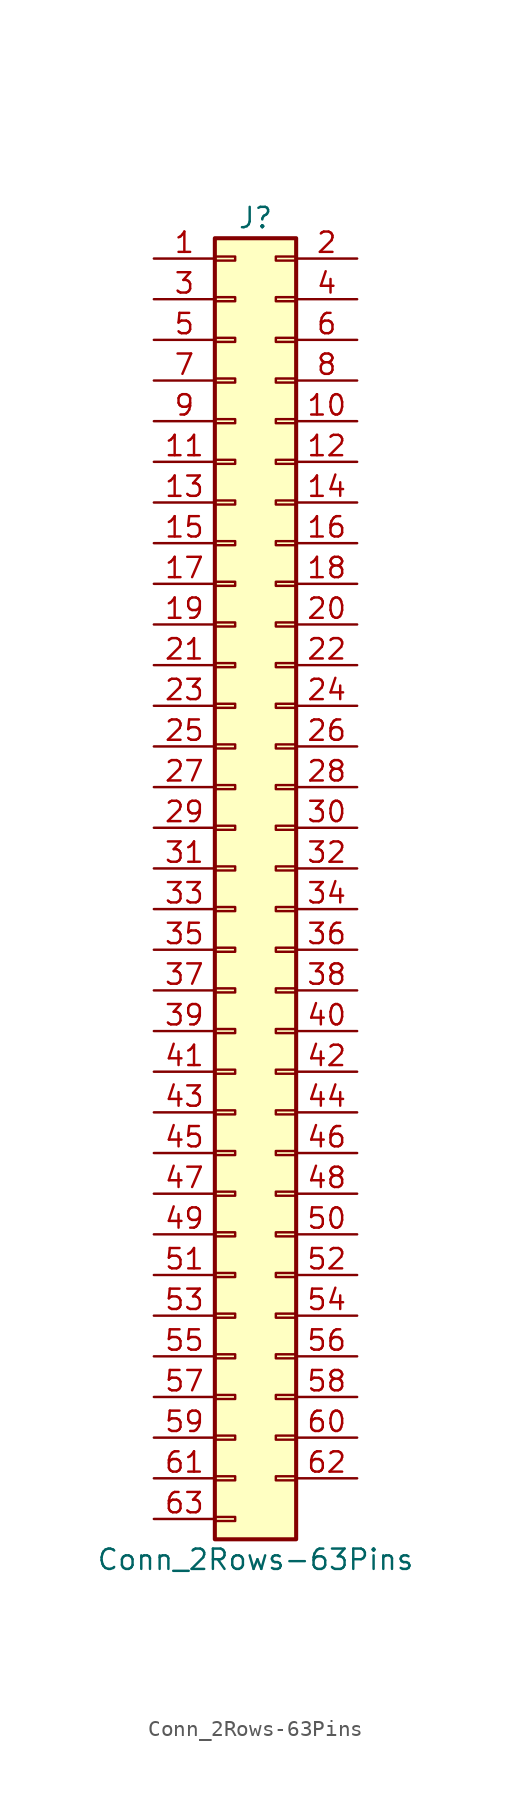
<source format=kicad_sym>
(kicad_symbol_lib
  (version 20201005)
  (generator kicad_symbol_editor)
  (symbol "Connector_Generic:Conn_2Rows-63Pins"
    (pin_names
      (offset 1.016) hide)
    (property "Reference" "J"
      (at 1.27 40.64 0)
      (effects (font (size 1.27 1.27))))
    (property "Value" "Conn_2Rows-63Pins"
      (at 1.27 -43.18 0)
      (effects (font (size 1.27 1.27))))
    (symbol "Conn_2Rows-63Pins_1_1"
      (rectangle (start -1.27 -27.813) (end 0 -28.067) (stroke (width 0.152)) (fill (type none)))
      (rectangle (start -1.27 -30.353) (end 0 -30.607) (stroke (width 0.152)) (fill (type none)))
      (rectangle (start -1.27 -32.893) (end 0 -33.147) (stroke (width 0.152)) (fill (type none)))
      (rectangle (start -1.27 -35.433) (end 0 -35.687) (stroke (width 0.152)) (fill (type none)))
      (rectangle (start -1.27 -37.973) (end 0 -38.227) (stroke (width 0.152)) (fill (type none)))
      (rectangle (start -1.27 -40.513) (end 0 -40.767) (stroke (width 0.152)) (fill (type none)))
      (rectangle (start -1.27 -4.953) (end 0 -5.207) (stroke (width 0.152)) (fill (type none)))
      (rectangle (start -1.27 -7.493) (end 0 -7.747) (stroke (width 0.152)) (fill (type none)))
      (rectangle (start -1.27 -10.033) (end 0 -10.287) (stroke (width 0.152)) (fill (type none)))
      (rectangle (start -1.27 -12.573) (end 0 -12.827) (stroke (width 0.152)) (fill (type none)))
      (rectangle (start -1.27 -15.113) (end 0 -15.367) (stroke (width 0.152)) (fill (type none)))
      (rectangle (start -1.27 -17.653) (end 0 -17.907) (stroke (width 0.152)) (fill (type none)))
      (rectangle (start -1.27 -20.193) (end 0 -20.447) (stroke (width 0.152)) (fill (type none)))
      (rectangle (start -1.27 -22.733) (end 0 -22.987) (stroke (width 0.152)) (fill (type none)))
      (rectangle (start -1.27 -2.413) (end 0 -2.667) (stroke (width 0.152)) (fill (type none)))
      (rectangle (start -1.27 -25.273) (end 0 -25.527) (stroke (width 0.152)) (fill (type none)))
      (rectangle (start -1.27 25.527) (end 0 25.273) (stroke (width 0.152)) (fill (type none)))
      (rectangle (start -1.27 2.667) (end 0 2.413) (stroke (width 0.152)) (fill (type none)))
      (rectangle (start -1.27 28.067) (end 0 27.813) (stroke (width 0.152)) (fill (type none)))
      (rectangle (start -1.27 30.607) (end 0 30.353) (stroke (width 0.152)) (fill (type none)))
      (rectangle (start -1.27 33.147) (end 0 32.893) (stroke (width 0.152)) (fill (type none)))
      (rectangle (start -1.27 35.687) (end 0 35.433) (stroke (width 0.152)) (fill (type none)))
      (rectangle (start -1.27 38.227) (end 0 37.973) (stroke (width 0.152)) (fill (type none)))
      (rectangle (start -1.27 39.37) (end 3.81 -41.91) (stroke (width 0.254)) (fill (type background)))
      (rectangle (start -1.27 5.207) (end 0 4.953) (stroke (width 0.152)) (fill (type none)))
      (rectangle (start -1.27 7.747) (end 0 7.493) (stroke (width 0.152)) (fill (type none)))
      (rectangle (start -1.27 10.287) (end 0 10.033) (stroke (width 0.152)) (fill (type none)))
      (rectangle (start -1.27 0.127) (end 0 -0.127) (stroke (width 0.152)) (fill (type none)))
      (rectangle (start -1.27 12.827) (end 0 12.573) (stroke (width 0.152)) (fill (type none)))
      (rectangle (start -1.27 15.367) (end 0 15.113) (stroke (width 0.152)) (fill (type none)))
      (rectangle (start -1.27 17.907) (end 0 17.653) (stroke (width 0.152)) (fill (type none)))
      (rectangle (start -1.27 20.447) (end 0 20.193) (stroke (width 0.152)) (fill (type none)))
      (rectangle (start -1.27 22.987) (end 0 22.733) (stroke (width 0.152)) (fill (type none)))
      (rectangle (start 3.81 -27.813) (end 2.54 -28.067) (stroke (width 0.152)) (fill (type none)))
      (rectangle (start 3.81 -30.353) (end 2.54 -30.607) (stroke (width 0.152)) (fill (type none)))
      (rectangle (start 3.81 -32.893) (end 2.54 -33.147) (stroke (width 0.152)) (fill (type none)))
      (rectangle (start 3.81 -35.433) (end 2.54 -35.687) (stroke (width 0.152)) (fill (type none)))
      (rectangle (start 3.81 -37.973) (end 2.54 -38.227) (stroke (width 0.152)) (fill (type none)))
      (rectangle (start 3.81 -4.953) (end 2.54 -5.207) (stroke (width 0.152)) (fill (type none)))
      (rectangle (start 3.81 -7.493) (end 2.54 -7.747) (stroke (width 0.152)) (fill (type none)))
      (rectangle (start 3.81 -10.033) (end 2.54 -10.287) (stroke (width 0.152)) (fill (type none)))
      (rectangle (start 3.81 -12.573) (end 2.54 -12.827) (stroke (width 0.152)) (fill (type none)))
      (rectangle (start 3.81 -15.113) (end 2.54 -15.367) (stroke (width 0.152)) (fill (type none)))
      (rectangle (start 3.81 -17.653) (end 2.54 -17.907) (stroke (width 0.152)) (fill (type none)))
      (rectangle (start 3.81 -20.193) (end 2.54 -20.447) (stroke (width 0.152)) (fill (type none)))
      (rectangle (start 3.81 -22.733) (end 2.54 -22.987) (stroke (width 0.152)) (fill (type none)))
      (rectangle (start 3.81 -2.413) (end 2.54 -2.667) (stroke (width 0.152)) (fill (type none)))
      (rectangle (start 3.81 -25.273) (end 2.54 -25.527) (stroke (width 0.152)) (fill (type none)))
      (rectangle (start 3.81 25.527) (end 2.54 25.273) (stroke (width 0.152)) (fill (type none)))
      (rectangle (start 3.81 2.667) (end 2.54 2.413) (stroke (width 0.152)) (fill (type none)))
      (rectangle (start 3.81 28.067) (end 2.54 27.813) (stroke (width 0.152)) (fill (type none)))
      (rectangle (start 3.81 30.607) (end 2.54 30.353) (stroke (width 0.152)) (fill (type none)))
      (rectangle (start 3.81 33.147) (end 2.54 32.893) (stroke (width 0.152)) (fill (type none)))
      (rectangle (start 3.81 35.687) (end 2.54 35.433) (stroke (width 0.152)) (fill (type none)))
      (rectangle (start 3.81 38.227) (end 2.54 37.973) (stroke (width 0.152)) (fill (type none)))
      (rectangle (start 3.81 5.207) (end 2.54 4.953) (stroke (width 0.152)) (fill (type none)))
      (rectangle (start 3.81 7.747) (end 2.54 7.493) (stroke (width 0.152)) (fill (type none)))
      (rectangle (start 3.81 10.287) (end 2.54 10.033) (stroke (width 0.152)) (fill (type none)))
      (rectangle (start 3.81 0.127) (end 2.54 -0.127) (stroke (width 0.152)) (fill (type none)))
      (rectangle (start 3.81 12.827) (end 2.54 12.573) (stroke (width 0.152)) (fill (type none)))
      (rectangle (start 3.81 15.367) (end 2.54 15.113) (stroke (width 0.152)) (fill (type none)))
      (rectangle (start 3.81 17.907) (end 2.54 17.653) (stroke (width 0.152)) (fill (type none)))
      (rectangle (start 3.81 20.447) (end 2.54 20.193) (stroke (width 0.152)) (fill (type none)))
      (rectangle (start 3.81 22.987) (end 2.54 22.733) (stroke (width 0.152)) (fill (type none)))
      (pin passive line (at -5.08 38.1 0) (length 3.81) (name "Pin_1" (effects (font (size 1.27 1.27)))) (number "1" (effects (font (size 1.27 1.27)))))
      (pin passive line (at 7.62 27.94 180) (length 3.81) (name "Pin_10" (effects (font (size 1.27 1.27)))) (number "10" (effects (font (size 1.27 1.27)))))
      (pin passive line (at -5.08 25.4 0) (length 3.81) (name "Pin_11" (effects (font (size 1.27 1.27)))) (number "11" (effects (font (size 1.27 1.27)))))
      (pin passive line (at 7.62 25.4 180) (length 3.81) (name "Pin_12" (effects (font (size 1.27 1.27)))) (number "12" (effects (font (size 1.27 1.27)))))
      (pin passive line (at -5.08 22.86 0) (length 3.81) (name "Pin_13" (effects (font (size 1.27 1.27)))) (number "13" (effects (font (size 1.27 1.27)))))
      (pin passive line (at 7.62 22.86 180) (length 3.81) (name "Pin_14" (effects (font (size 1.27 1.27)))) (number "14" (effects (font (size 1.27 1.27)))))
      (pin passive line (at -5.08 20.32 0) (length 3.81) (name "Pin_15" (effects (font (size 1.27 1.27)))) (number "15" (effects (font (size 1.27 1.27)))))
      (pin passive line (at 7.62 20.32 180) (length 3.81) (name "Pin_16" (effects (font (size 1.27 1.27)))) (number "16" (effects (font (size 1.27 1.27)))))
      (pin passive line (at -5.08 17.78 0) (length 3.81) (name "Pin_17" (effects (font (size 1.27 1.27)))) (number "17" (effects (font (size 1.27 1.27)))))
      (pin passive line (at 7.62 17.78 180) (length 3.81) (name "Pin_18" (effects (font (size 1.27 1.27)))) (number "18" (effects (font (size 1.27 1.27)))))
      (pin passive line (at -5.08 15.24 0) (length 3.81) (name "Pin_19" (effects (font (size 1.27 1.27)))) (number "19" (effects (font (size 1.27 1.27)))))
      (pin passive line (at 7.62 38.1 180) (length 3.81) (name "Pin_2" (effects (font (size 1.27 1.27)))) (number "2" (effects (font (size 1.27 1.27)))))
      (pin passive line (at 7.62 15.24 180) (length 3.81) (name "Pin_20" (effects (font (size 1.27 1.27)))) (number "20" (effects (font (size 1.27 1.27)))))
      (pin passive line (at -5.08 12.7 0) (length 3.81) (name "Pin_21" (effects (font (size 1.27 1.27)))) (number "21" (effects (font (size 1.27 1.27)))))
      (pin passive line (at 7.62 12.7 180) (length 3.81) (name "Pin_22" (effects (font (size 1.27 1.27)))) (number "22" (effects (font (size 1.27 1.27)))))
      (pin passive line (at -5.08 10.16 0) (length 3.81) (name "Pin_23" (effects (font (size 1.27 1.27)))) (number "23" (effects (font (size 1.27 1.27)))))
      (pin passive line (at 7.62 10.16 180) (length 3.81) (name "Pin_24" (effects (font (size 1.27 1.27)))) (number "24" (effects (font (size 1.27 1.27)))))
      (pin passive line (at -5.08 7.62 0) (length 3.81) (name "Pin_25" (effects (font (size 1.27 1.27)))) (number "25" (effects (font (size 1.27 1.27)))))
      (pin passive line (at 7.62 7.62 180) (length 3.81) (name "Pin_26" (effects (font (size 1.27 1.27)))) (number "26" (effects (font (size 1.27 1.27)))))
      (pin passive line (at -5.08 5.08 0) (length 3.81) (name "Pin_27" (effects (font (size 1.27 1.27)))) (number "27" (effects (font (size 1.27 1.27)))))
      (pin passive line (at 7.62 5.08 180) (length 3.81) (name "Pin_28" (effects (font (size 1.27 1.27)))) (number "28" (effects (font (size 1.27 1.27)))))
      (pin passive line (at -5.08 2.54 0) (length 3.81) (name "Pin_29" (effects (font (size 1.27 1.27)))) (number "29" (effects (font (size 1.27 1.27)))))
      (pin passive line (at -5.08 35.56 0) (length 3.81) (name "Pin_3" (effects (font (size 1.27 1.27)))) (number "3" (effects (font (size 1.27 1.27)))))
      (pin passive line (at 7.62 2.54 180) (length 3.81) (name "Pin_30" (effects (font (size 1.27 1.27)))) (number "30" (effects (font (size 1.27 1.27)))))
      (pin passive line (at -5.08 0 0) (length 3.81) (name "Pin_31" (effects (font (size 1.27 1.27)))) (number "31" (effects (font (size 1.27 1.27)))))
      (pin passive line (at 7.62 0 180) (length 3.81) (name "Pin_32" (effects (font (size 1.27 1.27)))) (number "32" (effects (font (size 1.27 1.27)))))
      (pin passive line (at -5.08 -2.54 0) (length 3.81) (name "Pin_33" (effects (font (size 1.27 1.27)))) (number "33" (effects (font (size 1.27 1.27)))))
      (pin passive line (at 7.62 -2.54 180) (length 3.81) (name "Pin_34" (effects (font (size 1.27 1.27)))) (number "34" (effects (font (size 1.27 1.27)))))
      (pin passive line (at -5.08 -5.08 0) (length 3.81) (name "Pin_35" (effects (font (size 1.27 1.27)))) (number "35" (effects (font (size 1.27 1.27)))))
      (pin passive line (at 7.62 -5.08 180) (length 3.81) (name "Pin_36" (effects (font (size 1.27 1.27)))) (number "36" (effects (font (size 1.27 1.27)))))
      (pin passive line (at -5.08 -7.62 0) (length 3.81) (name "Pin_37" (effects (font (size 1.27 1.27)))) (number "37" (effects (font (size 1.27 1.27)))))
      (pin passive line (at 7.62 -7.62 180) (length 3.81) (name "Pin_38" (effects (font (size 1.27 1.27)))) (number "38" (effects (font (size 1.27 1.27)))))
      (pin passive line (at -5.08 -10.16 0) (length 3.81) (name "Pin_39" (effects (font (size 1.27 1.27)))) (number "39" (effects (font (size 1.27 1.27)))))
      (pin passive line (at 7.62 35.56 180) (length 3.81) (name "Pin_4" (effects (font (size 1.27 1.27)))) (number "4" (effects (font (size 1.27 1.27)))))
      (pin passive line (at 7.62 -10.16 180) (length 3.81) (name "Pin_40" (effects (font (size 1.27 1.27)))) (number "40" (effects (font (size 1.27 1.27)))))
      (pin passive line (at -5.08 -12.7 0) (length 3.81) (name "Pin_41" (effects (font (size 1.27 1.27)))) (number "41" (effects (font (size 1.27 1.27)))))
      (pin passive line (at 7.62 -12.7 180) (length 3.81) (name "Pin_42" (effects (font (size 1.27 1.27)))) (number "42" (effects (font (size 1.27 1.27)))))
      (pin passive line (at -5.08 -15.24 0) (length 3.81) (name "Pin_43" (effects (font (size 1.27 1.27)))) (number "43" (effects (font (size 1.27 1.27)))))
      (pin passive line (at 7.62 -15.24 180) (length 3.81) (name "Pin_44" (effects (font (size 1.27 1.27)))) (number "44" (effects (font (size 1.27 1.27)))))
      (pin passive line (at -5.08 -17.78 0) (length 3.81) (name "Pin_45" (effects (font (size 1.27 1.27)))) (number "45" (effects (font (size 1.27 1.27)))))
      (pin passive line (at 7.62 -17.78 180) (length 3.81) (name "Pin_46" (effects (font (size 1.27 1.27)))) (number "46" (effects (font (size 1.27 1.27)))))
      (pin passive line (at -5.08 -20.32 0) (length 3.81) (name "Pin_47" (effects (font (size 1.27 1.27)))) (number "47" (effects (font (size 1.27 1.27)))))
      (pin passive line (at 7.62 -20.32 180) (length 3.81) (name "Pin_48" (effects (font (size 1.27 1.27)))) (number "48" (effects (font (size 1.27 1.27)))))
      (pin passive line (at -5.08 -22.86 0) (length 3.81) (name "Pin_49" (effects (font (size 1.27 1.27)))) (number "49" (effects (font (size 1.27 1.27)))))
      (pin passive line (at -5.08 33.02 0) (length 3.81) (name "Pin_5" (effects (font (size 1.27 1.27)))) (number "5" (effects (font (size 1.27 1.27)))))
      (pin passive line (at 7.62 -22.86 180) (length 3.81) (name "Pin_50" (effects (font (size 1.27 1.27)))) (number "50" (effects (font (size 1.27 1.27)))))
      (pin passive line (at -5.08 -25.4 0) (length 3.81) (name "Pin_51" (effects (font (size 1.27 1.27)))) (number "51" (effects (font (size 1.27 1.27)))))
      (pin passive line (at 7.62 -25.4 180) (length 3.81) (name "Pin_52" (effects (font (size 1.27 1.27)))) (number "52" (effects (font (size 1.27 1.27)))))
      (pin passive line (at -5.08 -27.94 0) (length 3.81) (name "Pin_53" (effects (font (size 1.27 1.27)))) (number "53" (effects (font (size 1.27 1.27)))))
      (pin passive line (at 7.62 -27.94 180) (length 3.81) (name "Pin_54" (effects (font (size 1.27 1.27)))) (number "54" (effects (font (size 1.27 1.27)))))
      (pin passive line (at -5.08 -30.48 0) (length 3.81) (name "Pin_55" (effects (font (size 1.27 1.27)))) (number "55" (effects (font (size 1.27 1.27)))))
      (pin passive line (at 7.62 -30.48 180) (length 3.81) (name "Pin_56" (effects (font (size 1.27 1.27)))) (number "56" (effects (font (size 1.27 1.27)))))
      (pin passive line (at -5.08 -33.02 0) (length 3.81) (name "Pin_57" (effects (font (size 1.27 1.27)))) (number "57" (effects (font (size 1.27 1.27)))))
      (pin passive line (at 7.62 -33.02 180) (length 3.81) (name "Pin_58" (effects (font (size 1.27 1.27)))) (number "58" (effects (font (size 1.27 1.27)))))
      (pin passive line (at -5.08 -35.56 0) (length 3.81) (name "Pin_59" (effects (font (size 1.27 1.27)))) (number "59" (effects (font (size 1.27 1.27)))))
      (pin passive line (at 7.62 33.02 180) (length 3.81) (name "Pin_6" (effects (font (size 1.27 1.27)))) (number "6" (effects (font (size 1.27 1.27)))))
      (pin passive line (at 7.62 -35.56 180) (length 3.81) (name "Pin_60" (effects (font (size 1.27 1.27)))) (number "60" (effects (font (size 1.27 1.27)))))
      (pin passive line (at -5.08 -38.1 0) (length 3.81) (name "Pin_61" (effects (font (size 1.27 1.27)))) (number "61" (effects (font (size 1.27 1.27)))))
      (pin passive line (at 7.62 -38.1 180) (length 3.81) (name "Pin_62" (effects (font (size 1.27 1.27)))) (number "62" (effects (font (size 1.27 1.27)))))
      (pin passive line (at -5.08 -40.64 0) (length 3.81) (name "Pin_63" (effects (font (size 1.27 1.27)))) (number "63" (effects (font (size 1.27 1.27)))))
      (pin passive line (at -5.08 30.48 0) (length 3.81) (name "Pin_7" (effects (font (size 1.27 1.27)))) (number "7" (effects (font (size 1.27 1.27)))))
      (pin passive line (at 7.62 30.48 180) (length 3.81) (name "Pin_8" (effects (font (size 1.27 1.27)))) (number "8" (effects (font (size 1.27 1.27)))))
      (pin passive line (at -5.08 27.94 0) (length 3.81) (name "Pin_9" (effects (font (size 1.27 1.27)))) (number "9" (effects (font (size 1.27 1.27))))))))
</source>
